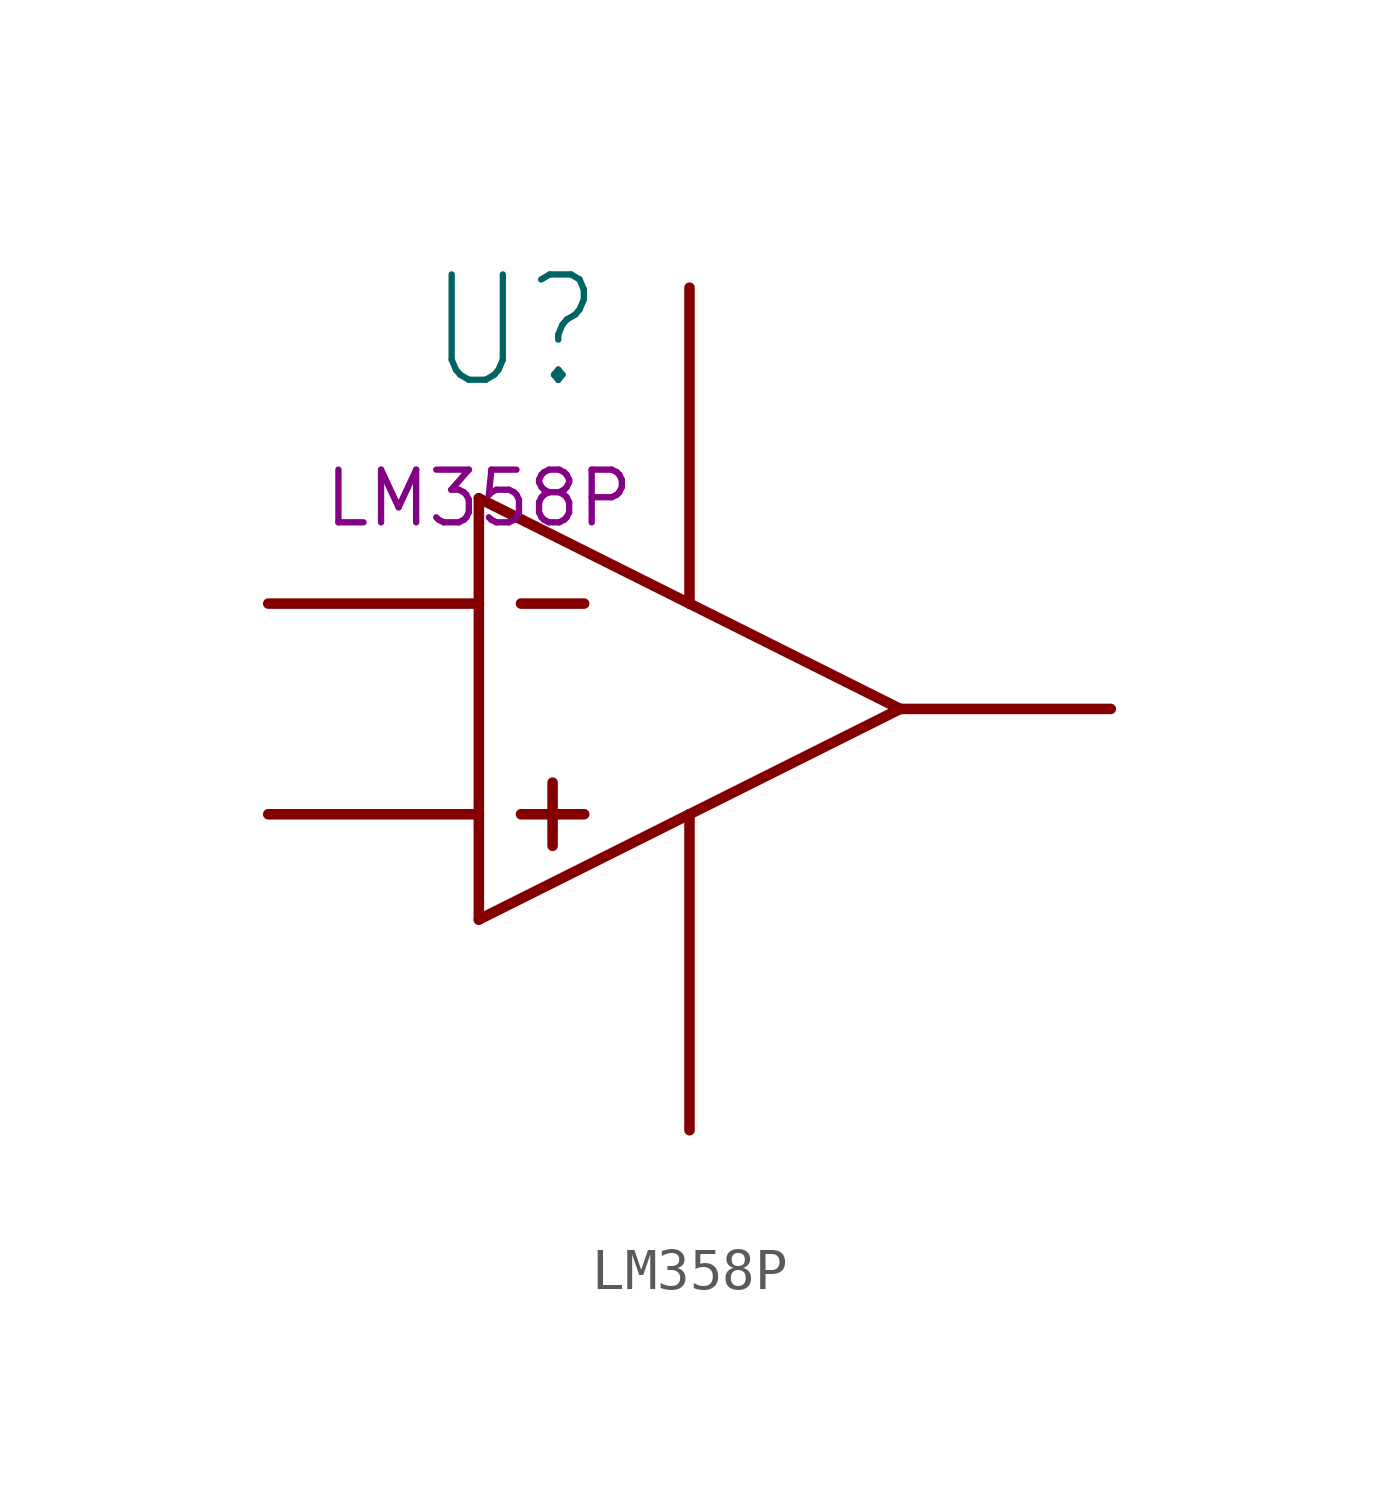
<source format=kicad_sym>
(kicad_symbol_lib
  (version 20220914)
  (generator kicad_symbol_editor)
  (symbol "LM358P"
    (pin_numbers hide)
    (pin_names hide)
    (property "Reference" "U"
      (at -1.27 2.54 0)
      (effects (font (size 2.54 2.159)) (justify left bottom)))
    (property "Part Number" "LM358P"
      (at 0 0 0)
      (effects (font (size 1.27 1.27))))
    (symbol "LM358P_1_0"
      (polyline (pts (xy 0 -10.16) (xy 5.08 -7.62)) (stroke (width 0.254) (type solid)) (fill (type none)))
      (polyline (pts (xy 0 -7.62) (xy -5.08 -7.62)) (stroke (width 0.254) (type solid)) (fill (type none)))
      (polyline (pts (xy 0 -7.62) (xy 0 -10.16)) (stroke (width 0.254) (type solid)) (fill (type none)))
      (polyline (pts (xy 0 -2.54) (xy -5.08 -2.54)) (stroke (width 0.254) (type solid)) (fill (type none)))
      (polyline (pts (xy 0 -2.54) (xy 0 -7.62)) (stroke (width 0.254) (type solid)) (fill (type none)))
      (polyline (pts (xy 0 0) (xy 0 -2.54)) (stroke (width 0.254) (type solid)) (fill (type none)))
      (polyline (pts (xy 0 0) (xy 5.08 -2.54)) (stroke (width 0.254) (type solid)) (fill (type none)))
      (polyline (pts (xy 1.016 -7.62) (xy 2.54 -7.62)) (stroke (width 0.254) (type solid)) (fill (type none)))
      (polyline (pts (xy 1.016 -2.54) (xy 2.54 -2.54)) (stroke (width 0.254) (type solid)) (fill (type none)))
      (polyline (pts (xy 1.778 -6.858) (xy 1.778 -8.382)) (stroke (width 0.254) (type solid)) (fill (type none)))
      (polyline (pts (xy 5.08 -7.62) (xy 5.08 -15.24)) (stroke (width 0.254) (type solid)) (fill (type none)))
      (polyline (pts (xy 5.08 -7.62) (xy 10.16 -5.08)) (stroke (width 0.254) (type solid)) (fill (type none)))
      (polyline (pts (xy 5.08 -2.54) (xy 5.08 5.08)) (stroke (width 0.254) (type solid)) (fill (type none)))
      (polyline (pts (xy 5.08 -2.54) (xy 10.16 -5.08)) (stroke (width 0.254) (type solid)) (fill (type none)))
      (polyline (pts (xy 10.16 -5.08) (xy 15.24 -5.08)) (stroke (width 0.254) (type solid)) (fill (type none)))
      (pin passive line (at -5.08 -2.54 0) (length 5.08) (name "IN-" (effects (font (size 0 0)))) (number "2" (effects (font (size 1.27 1.27)))))
      (pin passive line (at -5.08 -7.62 0) (length 5.08) (name "IN+" (effects (font (size 0 0)))) (number "3" (effects (font (size 1.27 1.27)))))
      (pin passive line (at 5.08 -15.24 90) (length 5.08) (name "GND" (effects (font (size 0 0)))) (number "4" (effects (font (size 1.27 1.27)))))
      (pin passive line (at 15.24 -5.08 180) (length 5.08) (name "OUT" (effects (font (size 0 0)))) (number "6" (effects (font (size 1.27 1.27)))))
      (pin passive line (at 5.08 5.08 270) (length 5.08) (name "VIN" (effects (font (size 0 0)))) (number "7" (effects (font (size 1.27 1.27))))))))
</source>
